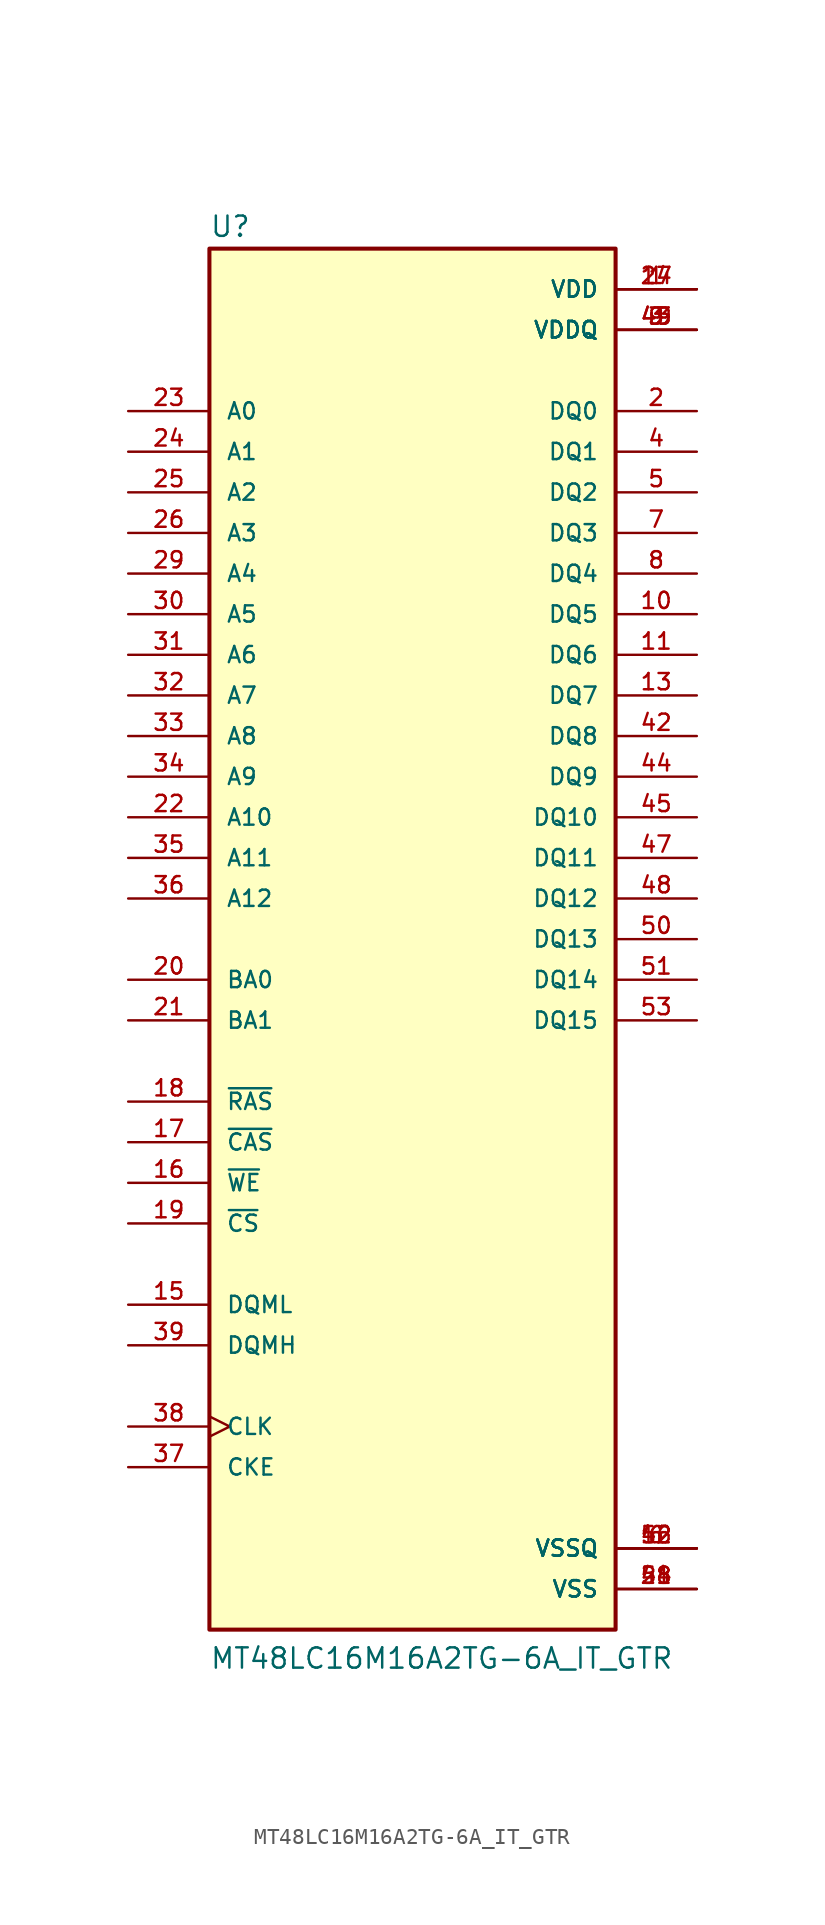
<source format=kicad_sym>
(kicad_symbol_lib
  (version 20211014)
  (generator kicad_symbol_editor)
  (symbol "MT48LC16M16A2TG-6A_IT_GTR"
    (pin_names
      (offset 1.016))
    (property "Reference" "U"
      (at -12.7 43.815 0)
      (effects (font (size 1.27 1.27)) (justify bottom left)))
    (property "Value" "MT48LC16M16A2TG-6A_IT_GTR"
      (at -12.7 -45.72 0)
      (effects (font (size 1.27 1.27)) (justify bottom left)))
    (symbol "MT48LC16M16A2TG-6A_IT_GTR_0_0"
      (rectangle (start -12.7 -43.18) (end 12.7 43.18) (stroke (width 0.254)) (fill (type background)))
      (pin bidirectional line (at 17.78 33.02 180.0) (length 5.08) (name "DQ0" (effects (font (size 1.016 1.016)))) (number "2" (effects (font (size 1.016 1.016)))))
      (pin bidirectional line (at 17.78 30.48 180.0) (length 5.08) (name "DQ1" (effects (font (size 1.016 1.016)))) (number "4" (effects (font (size 1.016 1.016)))))
      (pin bidirectional line (at 17.78 27.94 180.0) (length 5.08) (name "DQ2" (effects (font (size 1.016 1.016)))) (number "5" (effects (font (size 1.016 1.016)))))
      (pin bidirectional line (at 17.78 25.4 180.0) (length 5.08) (name "DQ3" (effects (font (size 1.016 1.016)))) (number "7" (effects (font (size 1.016 1.016)))))
      (pin bidirectional line (at 17.78 22.86 180.0) (length 5.08) (name "DQ4" (effects (font (size 1.016 1.016)))) (number "8" (effects (font (size 1.016 1.016)))))
      (pin bidirectional line (at 17.78 20.32 180.0) (length 5.08) (name "DQ5" (effects (font (size 1.016 1.016)))) (number "10" (effects (font (size 1.016 1.016)))))
      (pin bidirectional line (at 17.78 17.78 180.0) (length 5.08) (name "DQ6" (effects (font (size 1.016 1.016)))) (number "11" (effects (font (size 1.016 1.016)))))
      (pin bidirectional line (at 17.78 15.24 180.0) (length 5.08) (name "DQ7" (effects (font (size 1.016 1.016)))) (number "13" (effects (font (size 1.016 1.016)))))
      (pin bidirectional line (at 17.78 12.7 180.0) (length 5.08) (name "DQ8" (effects (font (size 1.016 1.016)))) (number "42" (effects (font (size 1.016 1.016)))))
      (pin bidirectional line (at 17.78 10.16 180.0) (length 5.08) (name "DQ9" (effects (font (size 1.016 1.016)))) (number "44" (effects (font (size 1.016 1.016)))))
      (pin bidirectional line (at 17.78 7.62 180.0) (length 5.08) (name "DQ10" (effects (font (size 1.016 1.016)))) (number "45" (effects (font (size 1.016 1.016)))))
      (pin bidirectional line (at 17.78 5.08 180.0) (length 5.08) (name "DQ11" (effects (font (size 1.016 1.016)))) (number "47" (effects (font (size 1.016 1.016)))))
      (pin bidirectional line (at 17.78 2.54 180.0) (length 5.08) (name "DQ12" (effects (font (size 1.016 1.016)))) (number "48" (effects (font (size 1.016 1.016)))))
      (pin bidirectional line (at 17.78 0.0 180.0) (length 5.08) (name "DQ13" (effects (font (size 1.016 1.016)))) (number "50" (effects (font (size 1.016 1.016)))))
      (pin bidirectional line (at 17.78 -2.54 180.0) (length 5.08) (name "DQ14" (effects (font (size 1.016 1.016)))) (number "51" (effects (font (size 1.016 1.016)))))
      (pin bidirectional line (at 17.78 -5.08 180.0) (length 5.08) (name "DQ15" (effects (font (size 1.016 1.016)))) (number "53" (effects (font (size 1.016 1.016)))))
      (pin input line (at -17.78 33.02 0) (length 5.08) (name "A0" (effects (font (size 1.016 1.016)))) (number "23" (effects (font (size 1.016 1.016)))))
      (pin input line (at -17.78 30.48 0) (length 5.08) (name "A1" (effects (font (size 1.016 1.016)))) (number "24" (effects (font (size 1.016 1.016)))))
      (pin input line (at -17.78 27.94 0) (length 5.08) (name "A2" (effects (font (size 1.016 1.016)))) (number "25" (effects (font (size 1.016 1.016)))))
      (pin input line (at -17.78 25.4 0) (length 5.08) (name "A3" (effects (font (size 1.016 1.016)))) (number "26" (effects (font (size 1.016 1.016)))))
      (pin input line (at -17.78 22.86 0) (length 5.08) (name "A4" (effects (font (size 1.016 1.016)))) (number "29" (effects (font (size 1.016 1.016)))))
      (pin input line (at -17.78 20.32 0) (length 5.08) (name "A5" (effects (font (size 1.016 1.016)))) (number "30" (effects (font (size 1.016 1.016)))))
      (pin input line (at -17.78 17.78 0) (length 5.08) (name "A6" (effects (font (size 1.016 1.016)))) (number "31" (effects (font (size 1.016 1.016)))))
      (pin input line (at -17.78 15.24 0) (length 5.08) (name "A7" (effects (font (size 1.016 1.016)))) (number "32" (effects (font (size 1.016 1.016)))))
      (pin input line (at -17.78 12.7 0) (length 5.08) (name "A8" (effects (font (size 1.016 1.016)))) (number "33" (effects (font (size 1.016 1.016)))))
      (pin input line (at -17.78 10.16 0) (length 5.08) (name "A9" (effects (font (size 1.016 1.016)))) (number "34" (effects (font (size 1.016 1.016)))))
      (pin input line (at -17.78 7.62 0) (length 5.08) (name "A10" (effects (font (size 1.016 1.016)))) (number "22" (effects (font (size 1.016 1.016)))))
      (pin input line (at -17.78 5.08 0) (length 5.08) (name "A11" (effects (font (size 1.016 1.016)))) (number "35" (effects (font (size 1.016 1.016)))))
      (pin input line (at -17.78 2.54 0) (length 5.08) (name "A12" (effects (font (size 1.016 1.016)))) (number "36" (effects (font (size 1.016 1.016)))))
      (pin input line (at -17.78 -2.54 0) (length 5.08) (name "BA0" (effects (font (size 1.016 1.016)))) (number "20" (effects (font (size 1.016 1.016)))))
      (pin input line (at -17.78 -5.08 0) (length 5.08) (name "BA1" (effects (font (size 1.016 1.016)))) (number "21" (effects (font (size 1.016 1.016)))))
      (pin input line (at -17.78 -22.86 0) (length 5.08) (name "DQML" (effects (font (size 1.016 1.016)))) (number "15" (effects (font (size 1.016 1.016)))))
      (pin input line (at -17.78 -15.24 0) (length 5.08) (name "~{WE}" (effects (font (size 1.016 1.016)))) (number "16" (effects (font (size 1.016 1.016)))))
      (pin input line (at -17.78 -12.7 0) (length 5.08) (name "~{CAS}" (effects (font (size 1.016 1.016)))) (number "17" (effects (font (size 1.016 1.016)))))
      (pin input line (at -17.78 -10.16 0) (length 5.08) (name "~{RAS}" (effects (font (size 1.016 1.016)))) (number "18" (effects (font (size 1.016 1.016)))))
      (pin input line (at -17.78 -17.78 0) (length 5.08) (name "~{CS}" (effects (font (size 1.016 1.016)))) (number "19" (effects (font (size 1.016 1.016)))))
      (pin input line (at -17.78 -33.02 0) (length 5.08) (name "CKE" (effects (font (size 1.016 1.016)))) (number "37" (effects (font (size 1.016 1.016)))))
      (pin input clock (at -17.78 -30.48 0) (length 5.08) (name "CLK" (effects (font (size 1.016 1.016)))) (number "38" (effects (font (size 1.016 1.016)))))
      (pin input line (at -17.78 -25.4 0) (length 5.08) (name "DQMH" (effects (font (size 1.016 1.016)))) (number "39" (effects (font (size 1.016 1.016)))))
      (pin power_in line (at 17.78 40.64 180.0) (length 5.08) (name "VDD" (effects (font (size 1.016 1.016)))) (number "1" (effects (font (size 1.016 1.016)))))
      (pin power_in line (at 17.78 40.64 180.0) (length 5.08) (name "VDD" (effects (font (size 1.016 1.016)))) (number "14" (effects (font (size 1.016 1.016)))))
      (pin power_in line (at 17.78 40.64 180.0) (length 5.08) (name "VDD" (effects (font (size 1.016 1.016)))) (number "27" (effects (font (size 1.016 1.016)))))
      (pin power_in line (at 17.78 38.1 180.0) (length 5.08) (name "VDDQ" (effects (font (size 1.016 1.016)))) (number "3" (effects (font (size 1.016 1.016)))))
      (pin power_in line (at 17.78 38.1 180.0) (length 5.08) (name "VDDQ" (effects (font (size 1.016 1.016)))) (number "9" (effects (font (size 1.016 1.016)))))
      (pin power_in line (at 17.78 38.1 180.0) (length 5.08) (name "VDDQ" (effects (font (size 1.016 1.016)))) (number "43" (effects (font (size 1.016 1.016)))))
      (pin power_in line (at 17.78 38.1 180.0) (length 5.08) (name "VDDQ" (effects (font (size 1.016 1.016)))) (number "49" (effects (font (size 1.016 1.016)))))
      (pin power_in line (at 17.78 -38.1 180.0) (length 5.08) (name "VSSQ" (effects (font (size 1.016 1.016)))) (number "6" (effects (font (size 1.016 1.016)))))
      (pin power_in line (at 17.78 -38.1 180.0) (length 5.08) (name "VSSQ" (effects (font (size 1.016 1.016)))) (number "12" (effects (font (size 1.016 1.016)))))
      (pin power_in line (at 17.78 -38.1 180.0) (length 5.08) (name "VSSQ" (effects (font (size 1.016 1.016)))) (number "46" (effects (font (size 1.016 1.016)))))
      (pin power_in line (at 17.78 -38.1 180.0) (length 5.08) (name "VSSQ" (effects (font (size 1.016 1.016)))) (number "52" (effects (font (size 1.016 1.016)))))
      (pin power_in line (at 17.78 -40.64 180.0) (length 5.08) (name "VSS" (effects (font (size 1.016 1.016)))) (number "28" (effects (font (size 1.016 1.016)))))
      (pin power_in line (at 17.78 -40.64 180.0) (length 5.08) (name "VSS" (effects (font (size 1.016 1.016)))) (number "41" (effects (font (size 1.016 1.016)))))
      (pin power_in line (at 17.78 -40.64 180.0) (length 5.08) (name "VSS" (effects (font (size 1.016 1.016)))) (number "54" (effects (font (size 1.016 1.016))))))))
</source>
